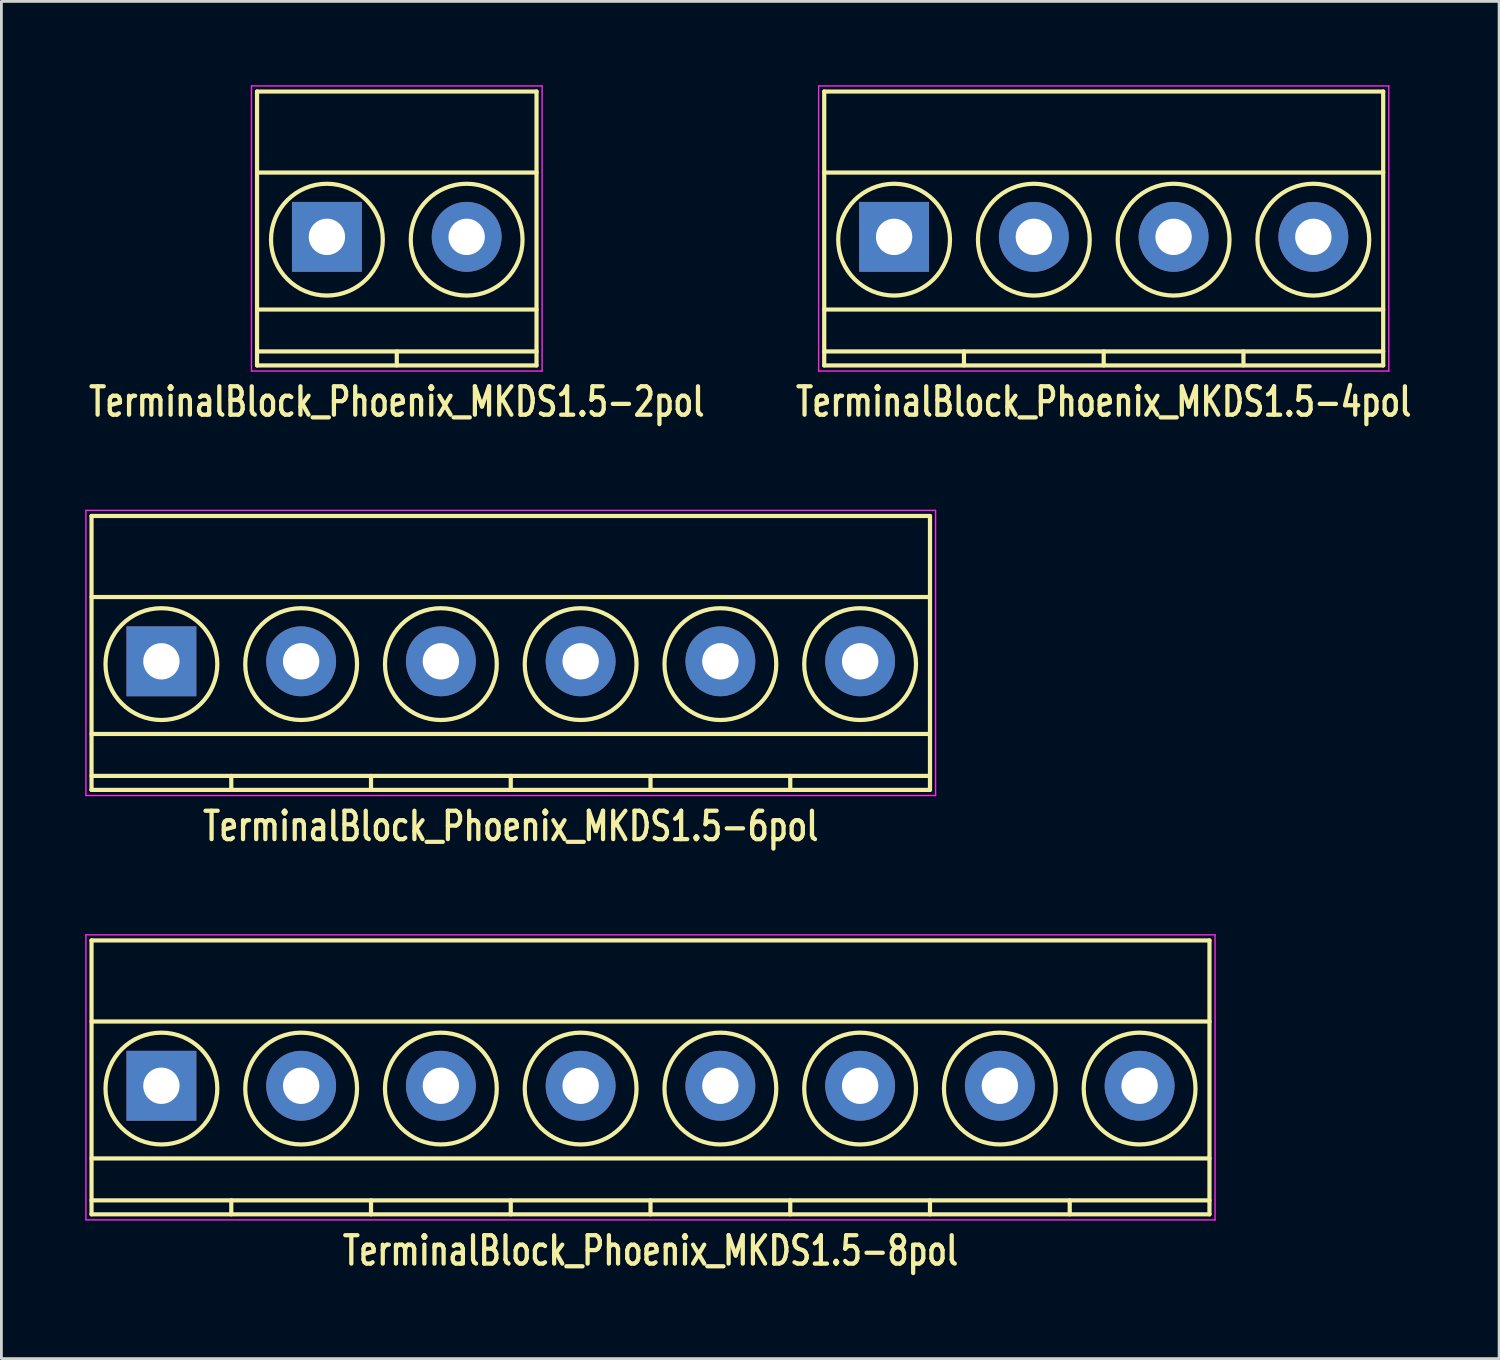
<source format=kicad_pcb>
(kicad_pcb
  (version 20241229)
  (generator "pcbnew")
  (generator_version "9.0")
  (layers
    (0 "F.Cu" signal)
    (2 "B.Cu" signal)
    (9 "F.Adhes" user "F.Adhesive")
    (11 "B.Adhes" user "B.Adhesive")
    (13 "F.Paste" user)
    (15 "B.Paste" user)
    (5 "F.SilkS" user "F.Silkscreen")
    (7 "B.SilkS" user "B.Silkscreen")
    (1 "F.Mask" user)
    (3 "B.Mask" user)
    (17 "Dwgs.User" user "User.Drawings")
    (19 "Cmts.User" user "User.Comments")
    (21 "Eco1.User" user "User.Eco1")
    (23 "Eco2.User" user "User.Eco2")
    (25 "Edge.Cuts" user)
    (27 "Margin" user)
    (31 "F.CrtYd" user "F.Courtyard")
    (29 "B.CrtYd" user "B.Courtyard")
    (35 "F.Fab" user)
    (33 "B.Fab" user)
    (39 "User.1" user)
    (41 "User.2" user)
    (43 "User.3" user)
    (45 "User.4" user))
  (footprint "TerminalBlock_Phoenix_MKDS1.5-2pol"
    (layer "F.Cu")
    (at 8.647 5.425)
    (property "Reference" "TerminalBlock_Phoenix_MKDS1.5-2pol" (at 2.5 5.9 0) (layer "F.SilkS") (effects (font (size 1.016 0.762) (thickness 0.152))))
    (attr through_hole)
    (fp_line (start -2.5 -5.2) (end -2.5 4.6) (stroke (width 0.15) (type solid)) (layer "F.SilkS"))
    (fp_line (start -2.5 -2.3) (end 7.5 -2.3) (stroke (width 0.15) (type solid)) (layer "F.SilkS"))
    (fp_line (start -2.5 2.6) (end 7.5 2.6) (stroke (width 0.15) (type solid)) (layer "F.SilkS"))
    (fp_line (start -2.5 4.1) (end 7.5 4.1) (stroke (width 0.15) (type solid)) (layer "F.SilkS"))
    (fp_line (start -2.5 4.6) (end 7.5 4.6) (stroke (width 0.15) (type solid)) (layer "F.SilkS"))
    (fp_line (start 2.5 4.1) (end 2.5 4.6) (stroke (width 0.15) (type solid)) (layer "F.SilkS"))
    (fp_line (start 7.5 -5.2) (end -2.5 -5.2) (stroke (width 0.15) (type solid)) (layer "F.SilkS"))
    (fp_line (start 7.5 4.6) (end 7.5 -5.2) (stroke (width 0.15) (type solid)) (layer "F.SilkS"))
    (fp_circle (center 0 0.1) (end 2 0.1) (stroke (width 0.15) (type solid)) (fill no) (layer "F.SilkS"))
    (fp_circle (center 5 0.1) (end 3 0.1) (stroke (width 0.15) (type solid)) (fill no) (layer "F.SilkS"))
    (fp_line (start -2.7 -5.4) (end 7.7 -5.4) (stroke (width 0.05) (type solid)) (layer "F.CrtYd"))
    (fp_line (start -2.7 4.8) (end -2.7 -5.4) (stroke (width 0.05) (type solid)) (layer "F.CrtYd"))
    (fp_line (start 7.7 -5.4) (end 7.7 4.8) (stroke (width 0.05) (type solid)) (layer "F.CrtYd"))
    (fp_line (start 7.7 4.8) (end -2.7 4.8) (stroke (width 0.05) (type solid)) (layer "F.CrtYd"))
    (pad "1" thru_hole rect (at 0 0) (size 2.5 2.5) (drill 1.3) (layers "*.Cu" "*.Mask"))
    (pad "2" thru_hole circle (at 5 0) (size 2.5 2.5) (drill 1.3) (layers "*.Cu" "*.Mask")))
  (footprint "TerminalBlock_Phoenix_MKDS1.5-4pol"
    (layer "F.Cu")
    (at 28.941 5.425)
    (property "Reference" "TerminalBlock_Phoenix_MKDS1.5-4pol" (at 7.5 5.9 0) (layer "F.SilkS") (effects (font (size 1.016 0.762) (thickness 0.152))))
    (attr through_hole)
    (fp_line (start -2.5 -5.2) (end -2.5 4.6) (stroke (width 0.15) (type solid)) (layer "F.SilkS"))
    (fp_line (start -2.5 -2.3) (end 17.5 -2.3) (stroke (width 0.15) (type solid)) (layer "F.SilkS"))
    (fp_line (start -2.5 2.6) (end 17.5 2.6) (stroke (width 0.15) (type solid)) (layer "F.SilkS"))
    (fp_line (start -2.5 4.1) (end 17.5 4.1) (stroke (width 0.15) (type solid)) (layer "F.SilkS"))
    (fp_line (start -2.5 4.6) (end 17.5 4.6) (stroke (width 0.15) (type solid)) (layer "F.SilkS"))
    (fp_line (start 2.5 4.1) (end 2.5 4.6) (stroke (width 0.15) (type solid)) (layer "F.SilkS"))
    (fp_line (start 7.5 4.1) (end 7.5 4.6) (stroke (width 0.15) (type solid)) (layer "F.SilkS"))
    (fp_line (start 12.5 4.1) (end 12.5 4.6) (stroke (width 0.15) (type solid)) (layer "F.SilkS"))
    (fp_line (start 17.5 -5.2) (end -2.5 -5.2) (stroke (width 0.15) (type solid)) (layer "F.SilkS"))
    (fp_line (start 17.5 4.6) (end 17.5 -5.2) (stroke (width 0.15) (type solid)) (layer "F.SilkS"))
    (fp_circle (center 0 0.1) (end 2 0.1) (stroke (width 0.15) (type solid)) (fill no) (layer "F.SilkS"))
    (fp_circle (center 5 0.1) (end 3 0.1) (stroke (width 0.15) (type solid)) (fill no) (layer "F.SilkS"))
    (fp_circle (center 10 0.1) (end 8 0.1) (stroke (width 0.15) (type solid)) (fill no) (layer "F.SilkS"))
    (fp_circle (center 15 0.1) (end 13 0.1) (stroke (width 0.15) (type solid)) (fill no) (layer "F.SilkS"))
    (fp_line (start -2.7 -5.4) (end 17.7 -5.4) (stroke (width 0.05) (type solid)) (layer "F.CrtYd"))
    (fp_line (start -2.7 4.8) (end -2.7 -5.4) (stroke (width 0.05) (type solid)) (layer "F.CrtYd"))
    (fp_line (start 17.7 -5.4) (end 17.7 4.8) (stroke (width 0.05) (type solid)) (layer "F.CrtYd"))
    (fp_line (start 17.7 4.8) (end -2.7 4.8) (stroke (width 0.05) (type solid)) (layer "F.CrtYd"))
    (pad "1" thru_hole rect (at 0 0) (size 2.5 2.5) (drill 1.3) (layers "*.Cu" "*.Mask"))
    (pad "2" thru_hole circle (at 5 0) (size 2.5 2.5) (drill 1.3) (layers "*.Cu" "*.Mask"))
    (pad "3" thru_hole circle (at 10 0) (size 2.5 2.5) (drill 1.3) (layers "*.Cu" "*.Mask"))
    (pad "4" thru_hole circle (at 15 0) (size 2.5 2.5) (drill 1.3) (layers "*.Cu" "*.Mask")))
  (footprint "TerminalBlock_Phoenix_MKDS1.5-6pol"
    (layer "F.Cu")
    (at 2.725 20.612)
    (property "Reference" "TerminalBlock_Phoenix_MKDS1.5-6pol" (at 12.5 5.9 0) (layer "F.SilkS") (effects (font (size 1.016 0.762) (thickness 0.152))))
    (attr through_hole)
    (fp_line (start -2.5 -5.2) (end -2.5 4.6) (stroke (width 0.15) (type solid)) (layer "F.SilkS"))
    (fp_line (start -2.5 -2.3) (end 27.5 -2.3) (stroke (width 0.15) (type solid)) (layer "F.SilkS"))
    (fp_line (start -2.5 2.6) (end 27.5 2.6) (stroke (width 0.15) (type solid)) (layer "F.SilkS"))
    (fp_line (start -2.5 4.1) (end 27.5 4.1) (stroke (width 0.15) (type solid)) (layer "F.SilkS"))
    (fp_line (start -2.5 4.6) (end 27.5 4.6) (stroke (width 0.15) (type solid)) (layer "F.SilkS"))
    (fp_line (start 2.5 4.1) (end 2.5 4.6) (stroke (width 0.15) (type solid)) (layer "F.SilkS"))
    (fp_line (start 7.5 4.1) (end 7.5 4.6) (stroke (width 0.15) (type solid)) (layer "F.SilkS"))
    (fp_line (start 12.5 4.1) (end 12.5 4.6) (stroke (width 0.15) (type solid)) (layer "F.SilkS"))
    (fp_line (start 17.5 4.1) (end 17.5 4.6) (stroke (width 0.15) (type solid)) (layer "F.SilkS"))
    (fp_line (start 22.5 4.1) (end 22.5 4.6) (stroke (width 0.15) (type solid)) (layer "F.SilkS"))
    (fp_line (start 27.5 -5.2) (end -2.5 -5.2) (stroke (width 0.15) (type solid)) (layer "F.SilkS"))
    (fp_line (start 27.5 4.6) (end 27.5 -5.2) (stroke (width 0.15) (type solid)) (layer "F.SilkS"))
    (fp_circle (center 0 0.1) (end 2 0.1) (stroke (width 0.15) (type solid)) (fill no) (layer "F.SilkS"))
    (fp_circle (center 5 0.1) (end 3 0.1) (stroke (width 0.15) (type solid)) (fill no) (layer "F.SilkS"))
    (fp_circle (center 10 0.1) (end 8 0.1) (stroke (width 0.15) (type solid)) (fill no) (layer "F.SilkS"))
    (fp_circle (center 15 0.1) (end 13 0.1) (stroke (width 0.15) (type solid)) (fill no) (layer "F.SilkS"))
    (fp_circle (center 20 0.1) (end 18 0.1) (stroke (width 0.15) (type solid)) (fill no) (layer "F.SilkS"))
    (fp_circle (center 25 0.1) (end 23 0.1) (stroke (width 0.15) (type solid)) (fill no) (layer "F.SilkS"))
    (fp_line (start -2.7 -5.4) (end 27.7 -5.4) (stroke (width 0.05) (type solid)) (layer "F.CrtYd"))
    (fp_line (start -2.7 4.8) (end -2.7 -5.4) (stroke (width 0.05) (type solid)) (layer "F.CrtYd"))
    (fp_line (start 27.7 -5.4) (end 27.7 4.8) (stroke (width 0.05) (type solid)) (layer "F.CrtYd"))
    (fp_line (start 27.7 4.8) (end -2.7 4.8) (stroke (width 0.05) (type solid)) (layer "F.CrtYd"))
    (pad "1" thru_hole rect (at 0 0) (size 2.5 2.5) (drill 1.3) (layers "*.Cu" "*.Mask"))
    (pad "2" thru_hole circle (at 5 0) (size 2.5 2.5) (drill 1.3) (layers "*.Cu" "*.Mask"))
    (pad "3" thru_hole circle (at 10 0) (size 2.5 2.5) (drill 1.3) (layers "*.Cu" "*.Mask"))
    (pad "4" thru_hole circle (at 15 0) (size 2.5 2.5) (drill 1.3) (layers "*.Cu" "*.Mask"))
    (pad "5" thru_hole circle (at 20 0) (size 2.5 2.5) (drill 1.3) (layers "*.Cu" "*.Mask"))
    (pad "6" thru_hole circle (at 25 0) (size 2.5 2.5) (drill 1.3) (layers "*.Cu" "*.Mask")))
  (footprint "TerminalBlock_Phoenix_MKDS1.5-8pol"
    (layer "F.Cu")
    (at 2.725 35.799)
    (property "Reference" "TerminalBlock_Phoenix_MKDS1.5-8pol" (at 17.5 5.9 0) (layer "F.SilkS") (effects (font (size 1.016 0.762) (thickness 0.152))))
    (attr through_hole)
    (fp_line (start -2.5 -5.2) (end -2.5 4.6) (stroke (width 0.15) (type solid)) (layer "F.SilkS"))
    (fp_line (start -2.5 -2.3) (end 37.5 -2.3) (stroke (width 0.15) (type solid)) (layer "F.SilkS"))
    (fp_line (start -2.5 2.6) (end 37.5 2.6) (stroke (width 0.15) (type solid)) (layer "F.SilkS"))
    (fp_line (start -2.5 4.1) (end 37.5 4.1) (stroke (width 0.15) (type solid)) (layer "F.SilkS"))
    (fp_line (start -2.5 4.6) (end 37.5 4.6) (stroke (width 0.15) (type solid)) (layer "F.SilkS"))
    (fp_line (start 2.5 4.1) (end 2.5 4.6) (stroke (width 0.15) (type solid)) (layer "F.SilkS"))
    (fp_line (start 7.5 4.1) (end 7.5 4.6) (stroke (width 0.15) (type solid)) (layer "F.SilkS"))
    (fp_line (start 12.5 4.1) (end 12.5 4.6) (stroke (width 0.15) (type solid)) (layer "F.SilkS"))
    (fp_line (start 17.5 4.1) (end 17.5 4.6) (stroke (width 0.15) (type solid)) (layer "F.SilkS"))
    (fp_line (start 22.5 4.1) (end 22.5 4.6) (stroke (width 0.15) (type solid)) (layer "F.SilkS"))
    (fp_line (start 27.5 4.1) (end 27.5 4.6) (stroke (width 0.15) (type solid)) (layer "F.SilkS"))
    (fp_line (start 32.5 4.1) (end 32.5 4.6) (stroke (width 0.15) (type solid)) (layer "F.SilkS"))
    (fp_line (start 37.5 -5.2) (end -2.5 -5.2) (stroke (width 0.15) (type solid)) (layer "F.SilkS"))
    (fp_line (start 37.5 4.6) (end 37.5 -5.2) (stroke (width 0.15) (type solid)) (layer "F.SilkS"))
    (fp_circle (center 0 0.1) (end 2 0.1) (stroke (width 0.15) (type solid)) (fill no) (layer "F.SilkS"))
    (fp_circle (center 5 0.1) (end 3 0.1) (stroke (width 0.15) (type solid)) (fill no) (layer "F.SilkS"))
    (fp_circle (center 10 0.1) (end 8 0.1) (stroke (width 0.15) (type solid)) (fill no) (layer "F.SilkS"))
    (fp_circle (center 15 0.1) (end 13 0.1) (stroke (width 0.15) (type solid)) (fill no) (layer "F.SilkS"))
    (fp_circle (center 20 0.1) (end 18 0.1) (stroke (width 0.15) (type solid)) (fill no) (layer "F.SilkS"))
    (fp_circle (center 25 0.1) (end 23 0.1) (stroke (width 0.15) (type solid)) (fill no) (layer "F.SilkS"))
    (fp_circle (center 30 0.1) (end 28 0.1) (stroke (width 0.15) (type solid)) (fill no) (layer "F.SilkS"))
    (fp_circle (center 35 0.1) (end 33 0.1) (stroke (width 0.15) (type solid)) (fill no) (layer "F.SilkS"))
    (fp_line (start -2.7 -5.4) (end 37.7 -5.4) (stroke (width 0.05) (type solid)) (layer "F.CrtYd"))
    (fp_line (start -2.7 4.8) (end -2.7 -5.4) (stroke (width 0.05) (type solid)) (layer "F.CrtYd"))
    (fp_line (start 37.7 -5.4) (end 37.7 4.8) (stroke (width 0.05) (type solid)) (layer "F.CrtYd"))
    (fp_line (start 37.7 4.8) (end -2.7 4.8) (stroke (width 0.05) (type solid)) (layer "F.CrtYd"))
    (pad "1" thru_hole rect (at 0 0) (size 2.5 2.5) (drill 1.3) (layers "*.Cu" "*.Mask"))
    (pad "2" thru_hole circle (at 5 0) (size 2.5 2.5) (drill 1.3) (layers "*.Cu" "*.Mask"))
    (pad "3" thru_hole circle (at 10 0) (size 2.5 2.5) (drill 1.3) (layers "*.Cu" "*.Mask"))
    (pad "4" thru_hole circle (at 15 0) (size 2.5 2.5) (drill 1.3) (layers "*.Cu" "*.Mask"))
    (pad "5" thru_hole circle (at 20 0) (size 2.5 2.5) (drill 1.3) (layers "*.Cu" "*.Mask"))
    (pad "6" thru_hole circle (at 25 0) (size 2.5 2.5) (drill 1.3) (layers "*.Cu" "*.Mask"))
    (pad "7" thru_hole circle (at 30 0) (size 2.5 2.5) (drill 1.3) (layers "*.Cu" "*.Mask"))
    (pad "8" thru_hole circle (at 35 0) (size 2.5 2.5) (drill 1.3) (layers "*.Cu" "*.Mask")))
  (gr_rect
    (start -3 -3)
    (end 50.588 45.56)
    (stroke (width 0.1) (type default))
    (fill no)
    (layer "Edge.Cuts")))
</source>
